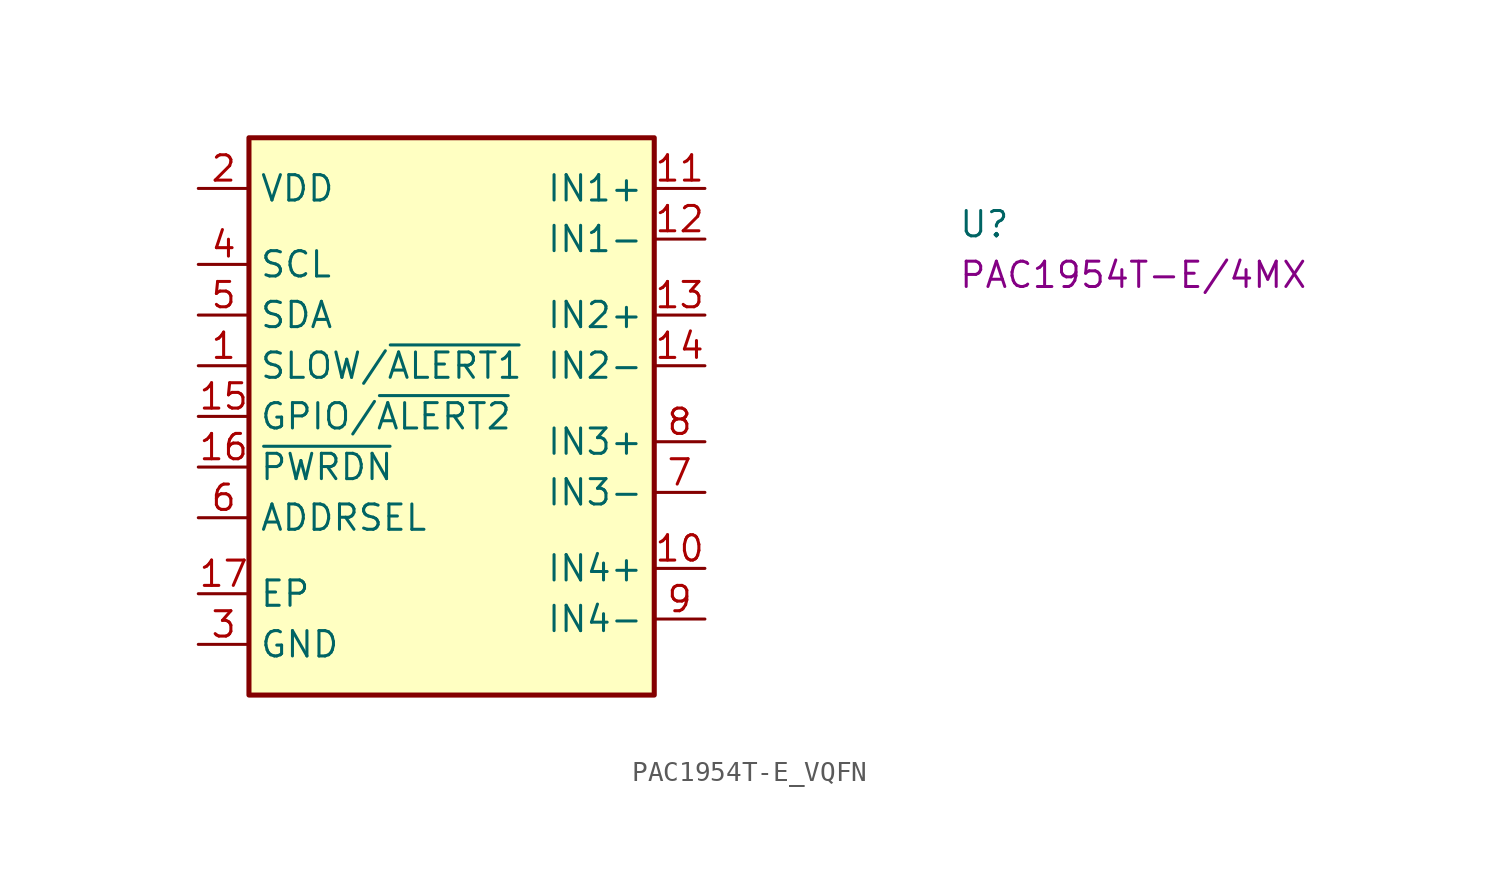
<source format=kicad_sym>
(kicad_symbol_lib
  (version 20220914)
  (generator kicad_symbol_editor)
  (symbol "PAC1954T-E_VQFN"
    (property "Reference" "U"
      (at 38.1 -2.54 0)
      (effects (font (size 1.27 1.27) (thickness 0.15)) (justify left bottom)))
    (property "MPN" "PAC1954T-E/4MX"
      (at 38.1 -5.08 0)
      (effects (font (size 1.27 1.27) (thickness 0.15)) (justify left bottom)))
    (symbol "PAC1954T-E_VQFN_1_1"
      (rectangle (start 2.54 2.54) (end 22.86 -25.4) (stroke (width 0.254) (type default)) (fill (type background)))
      (pin bidirectional line (at 0 -8.89 0) (length 2.54) (name "SLOW/~{ALERT1}" (effects (font (size 1.27 1.27)))) (number "1" (effects (font (size 1.27 1.27)))))
      (pin input line (at 25.4 -19.05 180) (length 2.54) (name "IN4+" (effects (font (size 1.27 1.27)))) (number "10" (effects (font (size 1.27 1.27)))))
      (pin input line (at 25.4 0 180) (length 2.54) (name "IN1+" (effects (font (size 1.27 1.27)))) (number "11" (effects (font (size 1.27 1.27)))))
      (pin input line (at 25.4 -2.54 180) (length 2.54) (name "IN1-" (effects (font (size 1.27 1.27)))) (number "12" (effects (font (size 1.27 1.27)))))
      (pin input line (at 25.4 -6.35 180) (length 2.54) (name "IN2+" (effects (font (size 1.27 1.27)))) (number "13" (effects (font (size 1.27 1.27)))))
      (pin input line (at 25.4 -8.89 180) (length 2.54) (name "IN2-" (effects (font (size 1.27 1.27)))) (number "14" (effects (font (size 1.27 1.27)))))
      (pin bidirectional line (at 0 -11.43 0) (length 2.54) (name "GPIO/~{ALERT2}" (effects (font (size 1.27 1.27)))) (number "15" (effects (font (size 1.27 1.27)))))
      (pin input line (at 0 -13.97 0) (length 2.54) (name "~{PWRDN}" (effects (font (size 1.27 1.27)))) (number "16" (effects (font (size 1.27 1.27)))))
      (pin passive line (at 0 -20.32 0) (length 2.54) (name "EP" (effects (font (size 1.27 1.27)))) (number "17" (effects (font (size 1.27 1.27)))))
      (pin power_in line (at 0 0 0) (length 2.54) (name "VDD" (effects (font (size 1.27 1.27)))) (number "2" (effects (font (size 1.27 1.27)))))
      (pin power_in line (at 0 -22.86 0) (length 2.54) (name "GND" (effects (font (size 1.27 1.27)))) (number "3" (effects (font (size 1.27 1.27)))))
      (pin input line (at 0 -3.81 0) (length 2.54) (name "SCL" (effects (font (size 1.27 1.27)))) (number "4" (effects (font (size 1.27 1.27)))))
      (pin bidirectional line (at 0 -6.35 0) (length 2.54) (name "SDA" (effects (font (size 1.27 1.27)))) (number "5" (effects (font (size 1.27 1.27)))))
      (pin bidirectional line (at 0 -16.51 0) (length 2.54) (name "ADDRSEL" (effects (font (size 1.27 1.27)))) (number "6" (effects (font (size 1.27 1.27)))))
      (pin input line (at 25.4 -15.24 180) (length 2.54) (name "IN3-" (effects (font (size 1.27 1.27)))) (number "7" (effects (font (size 1.27 1.27)))))
      (pin input line (at 25.4 -12.7 180) (length 2.54) (name "IN3+" (effects (font (size 1.27 1.27)))) (number "8" (effects (font (size 1.27 1.27)))))
      (pin input line (at 25.4 -21.59 180) (length 2.54) (name "IN4-" (effects (font (size 1.27 1.27)))) (number "9" (effects (font (size 1.27 1.27))))))))
</source>
